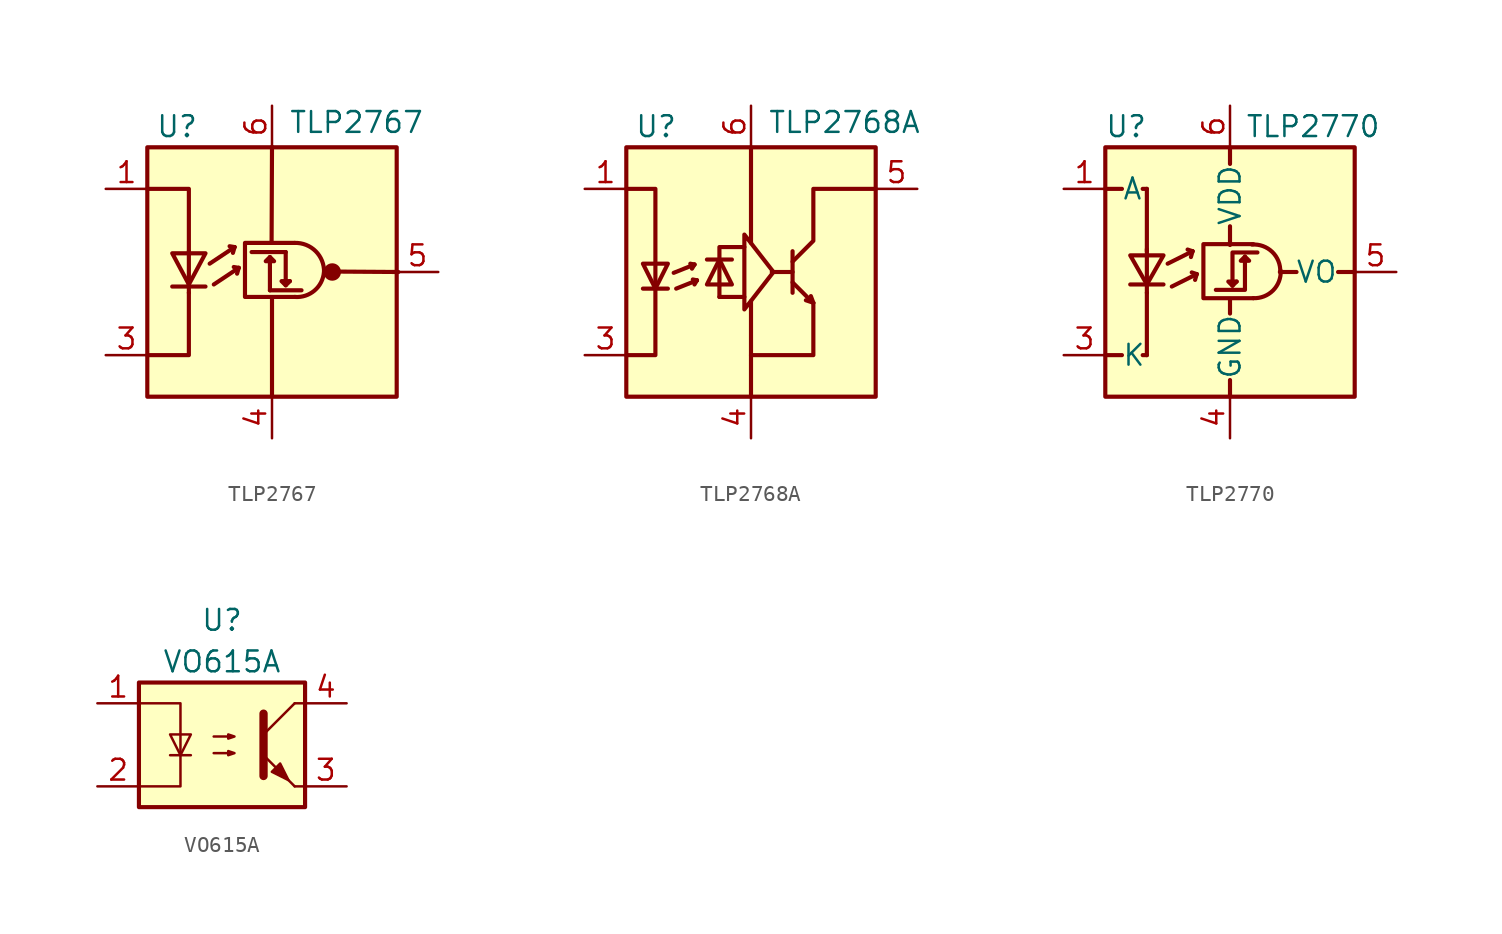
<source format=kicad_sym>
(kicad_symbol_lib
  (version 20200908)
  (generator kicad_symbol_editor)
  (symbol "Isolator:TLP2767"
    (pin_names
      (offset 1.016) hide)
    (property "Reference" "U"
      (at -7.112 8.89 0)
      (effects (font (size 1.27 1.27)) (justify left)))
    (property "Value" "TLP2767"
      (at 1.016 9.144 0)
      (effects (font (size 1.27 1.27)) (justify left)))
    (symbol "TLP2767_0_1"
      (arc (start 3.175 0) (end 1.397 1.778) (radius (at 1.4224 0) (length 1.7526) (angles 0 90.8)) (stroke (width 0.254)) (fill (type none)))
      (arc (start 3.175 0) (end 1.397 -1.524) (radius (at 1.524 0.127) (length 1.651) (angles -4.4 -94.4)) (stroke (width 0.254)) (fill (type none)))
      (circle (center 3.683 0) (radius 0.457) (stroke (width 0)) (fill (type outline)))
      (rectangle (start -7.62 7.62) (end 7.62 -7.62) (stroke (width 0.254)) (fill (type background)))
      (polyline (pts (xy -6.096 -0.889) (xy -4.064 -0.889)) (stroke (width 0.254)) (fill (type none)))
      (polyline (pts (xy -5.08 -1.27) (xy -5.08 -0.762)) (stroke (width 0.254)) (fill (type none)))
      (polyline (pts (xy -5.08 1.27) (xy -5.08 -0.762)) (stroke (width 0.254)) (fill (type none)))
      (polyline (pts (xy -3.81 0.508) (xy -2.286 1.524)) (stroke (width 0.254)) (fill (type none)))
      (polyline (pts (xy -3.556 -0.762) (xy -2.032 0.254)) (stroke (width 0.254)) (fill (type none)))
      (polyline (pts (xy -2.286 1.524) (xy -2.591 1.575)) (stroke (width 0.254)) (fill (type none)))
      (polyline (pts (xy -2.286 1.524) (xy -2.388 1.168)) (stroke (width 0.254)) (fill (type none)))
      (polyline (pts (xy -2.032 0.254) (xy -2.337 0.305)) (stroke (width 0.254)) (fill (type none)))
      (polyline (pts (xy -2.032 0.254) (xy -2.134 -0.102)) (stroke (width 0.254)) (fill (type none)))
      (polyline (pts (xy -0.127 -1.118) (xy 1.803 -1.118)) (stroke (width 0.254)) (fill (type none)))
      (polyline (pts (xy -0.127 0.914) (xy -0.127 -1.118)) (stroke (width 0.254)) (fill (type none)))
      (polyline (pts (xy 0 -7.595) (xy 0 -1.575)) (stroke (width 0.254)) (fill (type none)))
      (polyline (pts (xy 0 7.645) (xy -0.025 1.829)) (stroke (width 0.254)) (fill (type none)))
      (polyline (pts (xy 0.838 1.219) (xy -1.245 1.219)) (stroke (width 0.254)) (fill (type none)))
      (polyline (pts (xy 4.064 0.025) (xy 7.722 0)) (stroke (width 0.254)) (fill (type none)))
      (polyline (pts (xy -7.62 -5.08) (xy -5.08 -5.08) (xy -5.08 -1.27)) (stroke (width 0.254)) (fill (type none)))
      (polyline (pts (xy -5.08 1.27) (xy -5.08 5.08) (xy -7.62 5.08)) (stroke (width 0.254)) (fill (type none)))
      (polyline (pts (xy 0.838 -0.813) (xy 0.584 -0.559) (xy 1.092 -0.559)) (stroke (width 0.254)) (fill (type none)))
      (polyline (pts (xy 0.838 1.219) (xy 0.838 -0.813) (xy 1.092 -0.559)) (stroke (width 0.254)) (fill (type none)))
      (polyline (pts (xy -6.096 1.143) (xy -4.064 1.143) (xy -5.08 -0.762) (xy -6.096 1.143)) (stroke (width 0.254)) (fill (type none)))
      (polyline (pts (xy -0.127 0.914) (xy -0.381 0.66) (xy 0.127 0.66) (xy -0.127 0.914)) (stroke (width 0.254)) (fill (type none)))
      (polyline (pts (xy 1.397 1.778) (xy -1.651 1.778) (xy -1.651 -1.524) (xy 1.397 -1.524)) (stroke (width 0.254)) (fill (type none))))
    (symbol "TLP2767_1_1"
      (pin passive line (at -10.16 5.08 0) (length 2.54) (name "A" (effects (font (size 1.27 1.27)))) (number "1" (effects (font (size 1.27 1.27)))))
      (pin unconnected line (at -7.62 0 0) (length 2.54) hide (name "NC" (effects (font (size 1.27 1.27)))) (number "2" (effects (font (size 1.27 1.27)))))
      (pin passive line (at -10.16 -5.08 0) (length 2.54) (name "K" (effects (font (size 1.27 1.27)))) (number "3" (effects (font (size 1.27 1.27)))))
      (pin power_in line (at 0 -10.16 90) (length 2.54) (name "GND" (effects (font (size 1.27 1.27)))) (number "4" (effects (font (size 1.27 1.27)))))
      (pin output line (at 10.16 0 180) (length 2.54) (name "VO" (effects (font (size 1.27 1.27)))) (number "5" (effects (font (size 1.27 1.27)))))
      (pin power_in line (at 0 10.16 270) (length 2.54) (name "VDD" (effects (font (size 1.27 1.27)))) (number "6" (effects (font (size 1.27 1.27)))))))
  (symbol "Isolator:TLP2768A"
    (pin_names
      (offset 1.016) hide)
    (property "Reference" "U"
      (at -7.112 8.89 0)
      (effects (font (size 1.27 1.27)) (justify left)))
    (property "Value" "TLP2768A"
      (at 1.016 9.144 0)
      (effects (font (size 1.27 1.27)) (justify left)))
    (symbol "TLP2768A_0_1"
      (rectangle (start -7.62 7.62) (end 7.62 -7.62) (stroke (width 0.254)) (fill (type background)))
      (polyline (pts (xy -6.604 -1.016) (xy -5.08 -1.016)) (stroke (width 0.254)) (fill (type none)))
      (polyline (pts (xy -5.842 0.508) (xy -5.842 -1.016)) (stroke (width 0.254)) (fill (type none)))
      (polyline (pts (xy -4.724 -0.051) (xy -3.454 0.457)) (stroke (width 0.254)) (fill (type none)))
      (polyline (pts (xy -4.572 -1.016) (xy -3.302 -0.508)) (stroke (width 0.254)) (fill (type none)))
      (polyline (pts (xy -3.454 0.457) (xy -3.708 0.508)) (stroke (width 0.254)) (fill (type none)))
      (polyline (pts (xy -3.454 0.457) (xy -3.607 0.203)) (stroke (width 0.254)) (fill (type none)))
      (polyline (pts (xy -3.302 -0.508) (xy -3.556 -0.457)) (stroke (width 0.254)) (fill (type none)))
      (polyline (pts (xy -3.302 -0.508) (xy -3.454 -0.762)) (stroke (width 0.254)) (fill (type none)))
      (polyline (pts (xy -2.692 0.762) (xy -1.168 0.762)) (stroke (width 0.254)) (fill (type none)))
      (polyline (pts (xy -1.93 -1.524) (xy -1.93 -0.762)) (stroke (width 0.254)) (fill (type none)))
      (polyline (pts (xy -1.93 -1.524) (xy -0.406 -1.524)) (stroke (width 0.254)) (fill (type none)))
      (polyline (pts (xy -1.93 0.762) (xy -1.93 -0.813)) (stroke (width 0.254)) (fill (type none)))
      (polyline (pts (xy 0 -7.62) (xy 0 -1.778)) (stroke (width 0.254)) (fill (type none)))
      (polyline (pts (xy 0 7.62) (xy 0 1.778)) (stroke (width 0.254)) (fill (type none)))
      (polyline (pts (xy 1.27 0) (xy 2.54 0)) (stroke (width 0.254)) (fill (type none)))
      (polyline (pts (xy 2.54 -1.27) (xy 2.54 1.27)) (stroke (width 0.254)) (fill (type none)))
      (polyline (pts (xy 3.81 -1.88) (xy 3.353 -1.727)) (stroke (width 0.254)) (fill (type none)))
      (polyline (pts (xy 3.81 -1.88) (xy 3.658 -1.473)) (stroke (width 0.254)) (fill (type none)))
      (polyline (pts (xy -7.62 5.08) (xy -5.842 5.08) (xy -5.842 0.508)) (stroke (width 0.254)) (fill (type none)))
      (polyline (pts (xy -5.842 -1.016) (xy -5.842 -5.08) (xy -7.62 -5.08)) (stroke (width 0.254)) (fill (type none)))
      (polyline (pts (xy -1.93 0.762) (xy -1.93 1.524) (xy -0.406 1.524)) (stroke (width 0.254)) (fill (type none)))
      (polyline (pts (xy -6.604 0.508) (xy -5.08 0.508) (xy -5.842 -1.016) (xy -6.604 0.508)) (stroke (width 0.254)) (fill (type none)))
      (polyline (pts (xy -2.692 -0.762) (xy -1.168 -0.762) (xy -1.93 0.762) (xy -2.692 -0.762)) (stroke (width 0.254)) (fill (type none)))
      (polyline (pts (xy 1.372 0) (xy -0.406 -2.286) (xy -0.406 2.286) (xy 1.372 0)) (stroke (width 0.254)) (fill (type none)))
      (polyline (pts (xy 2.54 -0.635) (xy 3.81 -1.905) (xy 3.81 -5.08) (xy 0 -5.08)) (stroke (width 0.254)) (fill (type none)))
      (polyline (pts (xy 2.54 0.635) (xy 3.81 1.905) (xy 3.81 5.08) (xy 7.62 5.08)) (stroke (width 0.254)) (fill (type none))))
    (symbol "TLP2768A_1_1"
      (pin passive line (at -10.16 5.08 0) (length 2.54) (name "A" (effects (font (size 1.27 1.27)))) (number "1" (effects (font (size 1.27 1.27)))))
      (pin unconnected line (at -7.62 0 0) (length 2.54) hide (name "NC" (effects (font (size 1.27 1.27)))) (number "2" (effects (font (size 1.27 1.27)))))
      (pin passive line (at -10.16 -5.08 0) (length 2.54) (name "K" (effects (font (size 1.27 1.27)))) (number "3" (effects (font (size 1.27 1.27)))))
      (pin power_in line (at 0 -10.16 90) (length 2.54) (name "GND" (effects (font (size 1.27 1.27)))) (number "4" (effects (font (size 1.27 1.27)))))
      (pin open_collector line (at 10.16 5.08 180) (length 2.54) (name "VO" (effects (font (size 1.27 1.27)))) (number "5" (effects (font (size 1.27 1.27)))))
      (pin power_in line (at 0 10.16 270) (length 2.54) (name "VDD" (effects (font (size 1.27 1.27)))) (number "6" (effects (font (size 1.27 1.27)))))))
  (symbol "Isolator:TLP2770"
    (pin_names
      (offset 1.016))
    (property "Reference" "U"
      (at -6.35 8.89 0)
      (effects (font (size 1.27 1.27))))
    (property "Value" "TLP2770"
      (at 5.08 8.89 0)
      (effects (font (size 1.27 1.27))))
    (symbol "TLP2770_1_1"
      (arc (start 1.4224 -1.6002) (end 3.0988 0.0762) (radius (at 1.4478 0.0254) (length 1.6256) (angles -90.9 1.8)) (stroke (width 0.254)) (fill (type none)))
      (arc (start 1.3462 1.6764) (end 3.0734 0) (radius (at 1.4732 0.1016) (length 1.5748) (angles 94.6 -3.6)) (stroke (width 0.254)) (fill (type none)))
      (rectangle (start -7.62 7.62) (end 7.62 -7.62) (stroke (width 0.254)) (fill (type background)))
      (polyline (pts (xy -6.096 -0.762) (xy -4.064 -0.762)) (stroke (width 0.254)) (fill (type none)))
      (polyline (pts (xy -5.08 -0.762) (xy -5.08 -1.27)) (stroke (width 0.254)) (fill (type none)))
      (polyline (pts (xy -5.08 1.016) (xy -5.08 -0.762)) (stroke (width 0.254)) (fill (type none)))
      (polyline (pts (xy -5.08 1.016) (xy -5.08 1.397)) (stroke (width 0.254)) (fill (type none)))
      (polyline (pts (xy -3.81 0.508) (xy -2.286 1.27)) (stroke (width 0.254)) (fill (type none)))
      (polyline (pts (xy -3.556 -0.889) (xy -2.032 -0.127)) (stroke (width 0.254)) (fill (type none)))
      (polyline (pts (xy -2.286 1.27) (xy -2.591 1.372)) (stroke (width 0.254)) (fill (type none)))
      (polyline (pts (xy -2.286 1.27) (xy -2.388 0.914)) (stroke (width 0.254)) (fill (type none)))
      (polyline (pts (xy -2.032 -0.127) (xy -2.337 -0.025)) (stroke (width 0.254)) (fill (type none)))
      (polyline (pts (xy -2.032 -0.127) (xy -2.134 -0.483)) (stroke (width 0.254)) (fill (type none)))
      (polyline (pts (xy 0.152 -0.838) (xy -0.102 -0.584) (xy 0.406 -0.584)) (stroke (width 0.254)) (fill (type none)))
      (polyline (pts (xy 0.914 0.94) (xy 0.914 -1.092) (xy -0.864 -1.092)) (stroke (width 0.254)) (fill (type none)))
      (polyline (pts (xy -6.096 1.016) (xy -4.064 1.016) (xy -5.08 -0.762) (xy -6.096 1.016)) (stroke (width 0.254)) (fill (type none)))
      (polyline (pts (xy 0.914 0.94) (xy 0.66 0.686) (xy 1.168 0.686) (xy 0.914 0.94)) (stroke (width 0.254)) (fill (type none)))
      (polyline (pts (xy 1.422 1.702) (xy -1.626 1.702) (xy -1.626 -1.6) (xy 1.422 -1.6)) (stroke (width 0.254)) (fill (type none)))
      (polyline (pts (xy 1.676 1.194) (xy 0.152 1.194) (xy 0.152 -0.838) (xy 0.406 -0.584)) (stroke (width 0.254)) (fill (type none)))
      (pin passive line (at -10.16 5.08 0) (length 2.54) (name "A" (effects (font (size 1.27 1.27)))) (number "1" (effects (font (size 1.27 1.27)))))
      (pin unconnected line (at -7.62 0 0) (length 2.54) hide (name "NC" (effects (font (size 1.27 1.27)))) (number "2" (effects (font (size 1.27 1.27)))))
      (pin passive line (at -10.16 -5.08 0) (length 2.54) (name "K" (effects (font (size 1.27 1.27)))) (number "3" (effects (font (size 1.27 1.27)))))
      (pin power_in line (at 0 -10.16 90) (length 2.54) (name "GND" (effects (font (size 1.27 1.27)))) (number "4" (effects (font (size 1.27 1.27)))))
      (pin output line (at 10.16 0 180) (length 2.54) (name "VO" (effects (font (size 1.27 1.27)))) (number "5" (effects (font (size 1.27 1.27)))))
      (pin power_in line (at 0 10.16 270) (length 2.54) (name "VDD" (effects (font (size 1.27 1.27)))) (number "6" (effects (font (size 1.27 1.27))))))
    (symbol "TLP2770_0_1"
      (polyline (pts (xy -7.62 -5.08) (xy -6.604 -5.08)) (stroke (width 0.254)) (fill (type none)))
      (polyline (pts (xy -7.62 5.08) (xy -6.604 5.08)) (stroke (width 0.254)) (fill (type none)))
      (polyline (pts (xy -5.08 -5.08) (xy -5.334 -5.08)) (stroke (width 0.254)) (fill (type none)))
      (polyline (pts (xy -5.08 -1.27) (xy -5.08 -5.08)) (stroke (width 0.254)) (fill (type none)))
      (polyline (pts (xy -5.08 1.27) (xy -5.08 5.08)) (stroke (width 0.254)) (fill (type none)))
      (polyline (pts (xy -5.08 5.08) (xy -5.334 5.08)) (stroke (width 0.254)) (fill (type none)))
      (polyline (pts (xy 0 -7.62) (xy 0 -6.604)) (stroke (width 0.254)) (fill (type none)))
      (polyline (pts (xy 0 -1.651) (xy 0 -2.54)) (stroke (width 0.254)) (fill (type none)))
      (polyline (pts (xy 0 1.651) (xy 0 2.794)) (stroke (width 0.254)) (fill (type none)))
      (polyline (pts (xy 0 7.62) (xy 0 6.604)) (stroke (width 0.254)) (fill (type none)))
      (polyline (pts (xy 3.048 0) (xy 4.064 0)) (stroke (width 0.254)) (fill (type none)))
      (polyline (pts (xy 7.62 0) (xy 6.604 0)) (stroke (width 0.254)) (fill (type none)))))
  (symbol "Isolator:VO615A"
    (pin_names
      (offset 0.762))
    (property "Reference" "U"
      (at 0 7.62 0)
      (effects (font (size 1.27 1.27))))
    (property "Value" "VO615A"
      (at 0 5.08 0)
      (effects (font (size 1.27 1.27))))
    (symbol "VO615A_0_1"
      (rectangle (start -5.08 3.81) (end 5.08 -3.81) (stroke (width 0.254)) (fill (type background)))
      (polyline (pts (xy -3.175 -0.635) (xy -1.905 -0.635)) (stroke (width 0)) (fill (type none)))
      (polyline (pts (xy 2.54 0.635) (xy 4.445 2.54)) (stroke (width 0)) (fill (type none)))
      (polyline (pts (xy 4.445 -2.54) (xy 2.54 -0.635)) (stroke (width 0)) (fill (type outline)))
      (polyline (pts (xy 4.445 -2.54) (xy 5.08 -2.54)) (stroke (width 0)) (fill (type none)))
      (polyline (pts (xy 4.445 2.54) (xy 5.08 2.54)) (stroke (width 0)) (fill (type none)))
      (polyline (pts (xy 2.54 1.905) (xy 2.54 -1.905) (xy 2.54 -1.905)) (stroke (width 0.508)) (fill (type none)))
      (polyline (pts (xy -5.08 2.54) (xy -2.54 2.54) (xy -2.54 -2.54) (xy -5.08 -2.54)) (stroke (width 0)) (fill (type none)))
      (polyline (pts (xy -2.54 -0.635) (xy -3.175 0.635) (xy -1.905 0.635) (xy -2.54 -0.635)) (stroke (width 0)) (fill (type none)))
      (polyline (pts (xy -0.508 -0.508) (xy 0.762 -0.508) (xy 0.381 -0.635) (xy 0.381 -0.381) (xy 0.762 -0.508)) (stroke (width 0)) (fill (type none)))
      (polyline (pts (xy -0.508 0.508) (xy 0.762 0.508) (xy 0.381 0.381) (xy 0.381 0.635) (xy 0.762 0.508)) (stroke (width 0)) (fill (type none)))
      (polyline (pts (xy 3.048 -1.651) (xy 3.556 -1.143) (xy 4.064 -2.159) (xy 3.048 -1.651) (xy 3.048 -1.651)) (stroke (width 0)) (fill (type outline))))
    (symbol "VO615A_1_1"
      (pin passive line (at -7.62 2.54 0) (length 2.54) (name "~" (effects (font (size 1.27 1.27)))) (number "1" (effects (font (size 1.27 1.27)))))
      (pin passive line (at -7.62 -2.54 0) (length 2.54) (name "~" (effects (font (size 1.27 1.27)))) (number "2" (effects (font (size 1.27 1.27)))))
      (pin passive line (at 7.62 -2.54 180) (length 2.54) (name "~" (effects (font (size 1.27 1.27)))) (number "3" (effects (font (size 1.27 1.27)))))
      (pin passive line (at 7.62 2.54 180) (length 2.54) (name "~" (effects (font (size 1.27 1.27)))) (number "4" (effects (font (size 1.27 1.27))))))))
</source>
